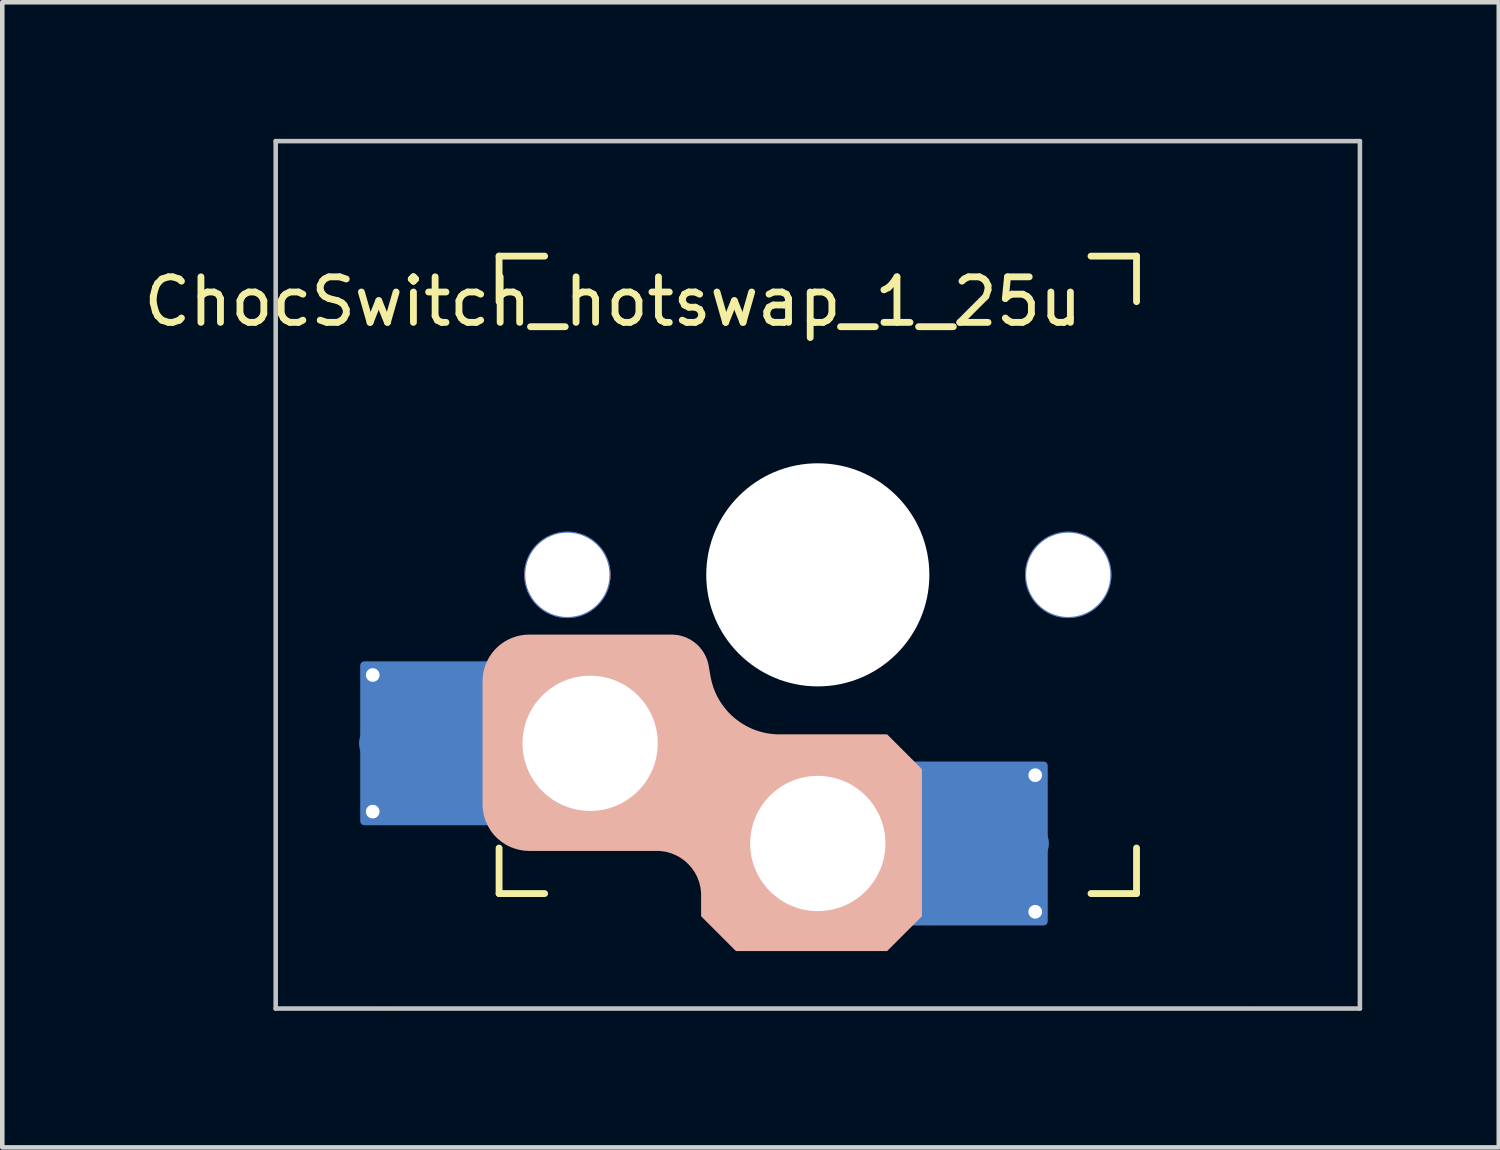
<source format=kicad_pcb>
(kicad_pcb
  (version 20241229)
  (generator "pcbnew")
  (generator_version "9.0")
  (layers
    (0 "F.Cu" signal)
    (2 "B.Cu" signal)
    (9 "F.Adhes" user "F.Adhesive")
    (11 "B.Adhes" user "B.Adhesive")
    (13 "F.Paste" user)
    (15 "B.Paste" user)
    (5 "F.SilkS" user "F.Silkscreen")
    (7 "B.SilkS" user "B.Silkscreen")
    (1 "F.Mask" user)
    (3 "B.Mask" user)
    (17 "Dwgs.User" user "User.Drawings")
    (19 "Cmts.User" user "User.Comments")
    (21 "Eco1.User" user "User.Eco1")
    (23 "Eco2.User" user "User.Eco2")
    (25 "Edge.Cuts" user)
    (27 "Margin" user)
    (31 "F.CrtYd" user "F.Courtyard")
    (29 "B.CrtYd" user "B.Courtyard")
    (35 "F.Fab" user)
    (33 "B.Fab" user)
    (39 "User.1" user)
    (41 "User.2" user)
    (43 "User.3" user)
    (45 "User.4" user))
  (footprint "ChocSwitch_hotswap_1_25u"
    (layer "F.Cu")
    (at 14.911 9.575)
    (property "Reference" "ChocSwitch_hotswap_1_25u" (at -4.5 -6 0) (unlocked yes) (layer "F.SilkS") (effects (font (size 1 1) (thickness 0.15))))
    (attr smd)
    (fp_line (start -7 -7) (end -6 -7) (stroke (width 0.15) (type solid)) (layer "F.SilkS"))
    (fp_line (start -7 -6) (end -7 -7) (stroke (width 0.15) (type solid)) (layer "F.SilkS"))
    (fp_line (start -7 7) (end -7 6) (stroke (width 0.15) (type solid)) (layer "F.SilkS"))
    (fp_line (start -6 7) (end -7 7) (stroke (width 0.15) (type solid)) (layer "F.SilkS"))
    (fp_line (start 6 7) (end 7 7) (stroke (width 0.15) (type solid)) (layer "F.SilkS"))
    (fp_line (start 7 -7) (end 6 -7) (stroke (width 0.15) (type solid)) (layer "F.SilkS"))
    (fp_line (start 7 -6) (end 7 -7) (stroke (width 0.15) (type solid)) (layer "F.SilkS"))
    (fp_line (start 7 7) (end 7 6) (stroke (width 0.15) (type solid)) (layer "F.SilkS"))
    (fp_line (start -9.525 9.525) (end -9.525 9.525) (stroke (width 0.071) (type solid)) (layer "B.SilkS"))
    (fp_line (start 9.525 9.525) (end 9.525 9.525) (stroke (width 0.071) (type solid)) (layer "B.SilkS"))
    (fp_poly (pts (xy -3.176 1.338) (xy -3.14 1.341) (xy -3.104 1.345) (xy -3.069 1.35) (xy -3.034 1.357) (xy -3 1.366) (xy -2.967 1.376) (xy -2.934 1.387) (xy -2.901 1.4) (xy -2.87 1.414) (xy -2.839 1.43) (xy -2.808 1.446) (xy -2.779 1.464) (xy -2.75 1.484) (xy -2.723 1.504) (xy -2.696 1.526) (xy -2.67 1.548) (xy -2.645 1.572) (xy -2.621 1.597) (xy -2.598 1.623) (xy -2.577 1.65) (xy -2.556 1.677) (xy -2.537 1.706) (xy -2.519 1.736) (xy -2.502 1.766) (xy -2.486 1.798) (xy -2.472 1.83) (xy -2.459 1.863) (xy -2.447 1.896) (xy -2.437 1.931) (xy -2.428 1.966) (xy -2.421 2.001) (xy -2.38 2.238) (xy -2.366 2.308) (xy -2.349 2.376) (xy -2.329 2.442) (xy -2.307 2.508) (xy -2.281 2.572) (xy -2.254 2.634) (xy -2.223 2.695) (xy -2.19 2.755) (xy -2.155 2.812) (xy -2.117 2.868) (xy -2.077 2.922) (xy -2.035 2.974) (xy -1.991 3.025) (xy -1.944 3.073) (xy -1.896 3.119) (xy -1.846 3.163) (xy -1.793 3.205) (xy -1.739 3.245) (xy -1.684 3.282) (xy -1.627 3.317) (xy -1.568 3.349) (xy -1.508 3.379) (xy -1.446 3.407) (xy -1.383 3.432) (xy -1.319 3.454) (xy -1.254 3.473) (xy -1.188 3.49) (xy -1.12 3.504) (xy -1.052 3.514) (xy -0.983 3.522) (xy -0.913 3.527) (xy -0.842 3.528) (xy 1.512 3.528) (xy 2.262 4.278) (xy 2.262 7.488) (xy 1.512 8.238) (xy -1.788 8.238) (xy -2.538 7.488) (xy -2.538 7.038) (xy -2.539 6.988) (xy -2.543 6.939) (xy -2.549 6.89) (xy -2.558 6.842) (xy -2.568 6.794) (xy -2.581 6.747) (xy -2.597 6.7) (xy -2.614 6.655) (xy -2.634 6.61) (xy -2.656 6.567) (xy -2.68 6.524) (xy -2.706 6.483) (xy -2.734 6.443) (xy -2.765 6.404) (xy -2.797 6.366) (xy -2.831 6.331) (xy -2.867 6.296) (xy -2.905 6.264) (xy -2.943 6.234) (xy -2.983 6.206) (xy -3.025 6.179) (xy -3.067 6.155) (xy -3.111 6.134) (xy -3.156 6.114) (xy -3.201 6.096) (xy -3.247 6.081) (xy -3.294 6.068) (xy -3.342 6.057) (xy -3.391 6.049) (xy -3.439 6.043) (xy -3.489 6.039) (xy -3.538 6.038) (xy -6.338 6.038) (xy -6.388 6.036) (xy -6.437 6.033) (xy -6.486 6.027) (xy -6.534 6.018) (xy -6.582 6.007) (xy -6.629 5.994) (xy -6.675 5.979) (xy -6.721 5.962) (xy -6.766 5.942) (xy -6.809 5.92) (xy -6.852 5.896) (xy -6.893 5.87) (xy -6.933 5.841) (xy -6.972 5.811) (xy -7.009 5.779) (xy -7.045 5.745) (xy -7.08 5.709) (xy -7.112 5.671) (xy -7.142 5.633) (xy -7.17 5.592) (xy -7.196 5.551) (xy -7.22 5.509) (xy -7.242 5.465) (xy -7.262 5.42) (xy -7.28 5.375) (xy -7.295 5.329) (xy -7.308 5.281) (xy -7.319 5.234) (xy -7.327 5.185) (xy -7.333 5.137) (xy -7.337 5.087) (xy -7.338 5.038) (xy -7.338 2.338) (xy -7.337 2.288) (xy -7.333 2.239) (xy -7.327 2.19) (xy -7.319 2.142) (xy -7.308 2.094) (xy -7.295 2.047) (xy -7.28 2) (xy -7.262 1.955) (xy -7.242 1.91) (xy -7.22 1.867) (xy -7.196 1.824) (xy -7.17 1.783) (xy -7.142 1.743) (xy -7.112 1.704) (xy -7.08 1.666) (xy -7.045 1.63) (xy -7.009 1.596) (xy -6.972 1.564) (xy -6.933 1.534) (xy -6.893 1.506) (xy -6.852 1.48) (xy -6.809 1.455) (xy -6.766 1.434) (xy -6.721 1.414) (xy -6.675 1.396) (xy -6.629 1.381) (xy -6.582 1.368) (xy -6.534 1.357) (xy -6.486 1.349) (xy -6.437 1.342) (xy -6.388 1.339) (xy -6.338 1.338) (xy -3.212 1.338)) (stroke (width 0.05) (type solid)) (fill yes) (layer "B.SilkS"))
    (fp_line (start -11.906 -9.525) (end 11.906 -9.525) (stroke (width 0.1) (type solid)) (layer "Dwgs.User"))
    (fp_line (start -11.906 9.525) (end -11.906 -9.525) (stroke (width 0.1) (type solid)) (layer "Dwgs.User"))
    (fp_line (start 11.906 -9.525) (end 11.906 9.525) (stroke (width 0.1) (type solid)) (layer "Dwgs.User"))
    (fp_line (start 11.906 9.525) (end -11.906 9.525) (stroke (width 0.1) (type solid)) (layer "Dwgs.User"))
    (fp_line (start -7 -7) (end 7 -7) (stroke (width 0.1) (type solid)) (layer "Eco1.User"))
    (fp_line (start -7 7) (end -7 -7) (stroke (width 0.1) (type solid)) (layer "Eco1.User"))
    (fp_line (start 7 -7) (end 7 7) (stroke (width 0.1) (type solid)) (layer "Eco1.User"))
    (fp_line (start 7 7) (end -7 7) (stroke (width 0.1) (type solid)) (layer "Eco1.User"))
    (fp_rect (start -1.75 -3.25) (end 1.75 -6.35) (stroke (width 0.1) (type solid)) (fill no) (layer "Eco1.User"))
    (fp_line (start 0 0) (end 0 -4.8) (stroke (width 0.05) (type solid)) (layer "Eco2.User"))
    (fp_line (start 0 0) (end 8.262 0) (stroke (width 0.05) (type solid)) (layer "Eco2.User"))
    (pad "" np_thru_hole circle (at -5.5 0 90) (size 1.9 1.9) (drill 1.85) (layers "*.Cu" "*.Mask"))
    (pad "" np_thru_hole circle (at -5 3.7 90) (size 3 3) (drill 2.97) (layers "*.Cu" "*.Mask"))
    (pad "" np_thru_hole circle (at 0 0 90) (size 4.9 4.9) (drill 4.9) (layers "*.Cu" "*.Mask"))
    (pad "" np_thru_hole circle (at 0 5.9 90) (size 2.97 2.97) (drill 2.97) (layers "*.Cu" "*.Mask"))
    (pad "" np_thru_hole circle (at 5.5 0 90) (size 1.9 1.9) (drill 1.85) (layers "*.Cu" "*.Mask"))
    (pad "1" smd roundrect (at 3.3 5.9) (size 2.6 2.6) (layers "B.Cu" "B.Mask" "B.Paste") (roundrect_rratio 0.1))
    (pad "1" smd roundrect (at 3.5 5.9) (size 3.1 3.6) (layers "B.Cu") (roundrect_rratio 0.029))
    (pad "1" smd circle (at 4.575 5.9 180) (size 1 1) (layers "B.Cu" "B.Mask" "B.Paste"))
    (pad "1" thru_hole circle (at 4.775 4.4 180) (size 0.5 0.5) (drill 0.3) (layers "*.Cu" "F.Mask"))
    (pad "1" thru_hole circle (at 4.775 7.4 180) (size 0.5 0.5) (drill 0.3) (layers "*.Cu" "F.Mask"))
    (pad "2" thru_hole circle (at -9.775 2.2) (size 0.5 0.5) (drill 0.3) (layers "*.Cu" "F.Mask"))
    (pad "2" thru_hole circle (at -9.775 5.2) (size 0.5 0.5) (drill 0.3) (layers "*.Cu" "F.Mask"))
    (pad "2" smd circle (at -9.575 3.7) (size 1 1) (layers "B.Cu" "B.Mask" "B.Paste"))
    (pad "2" smd roundrect (at -8.5 3.7 180) (size 3.1 3.6) (layers "B.Cu") (roundrect_rratio 0.029))
    (pad "2" smd roundrect (at -8.3 3.7 180) (size 2.6 2.6) (layers "B.Cu" "B.Mask" "B.Paste") (roundrect_rratio 0.1)))
  (gr_rect
    (start -3 -3)
    (end 29.867 22.15)
    (stroke (width 0.1) (type default))
    (fill no)
    (layer "Edge.Cuts")))
</source>
